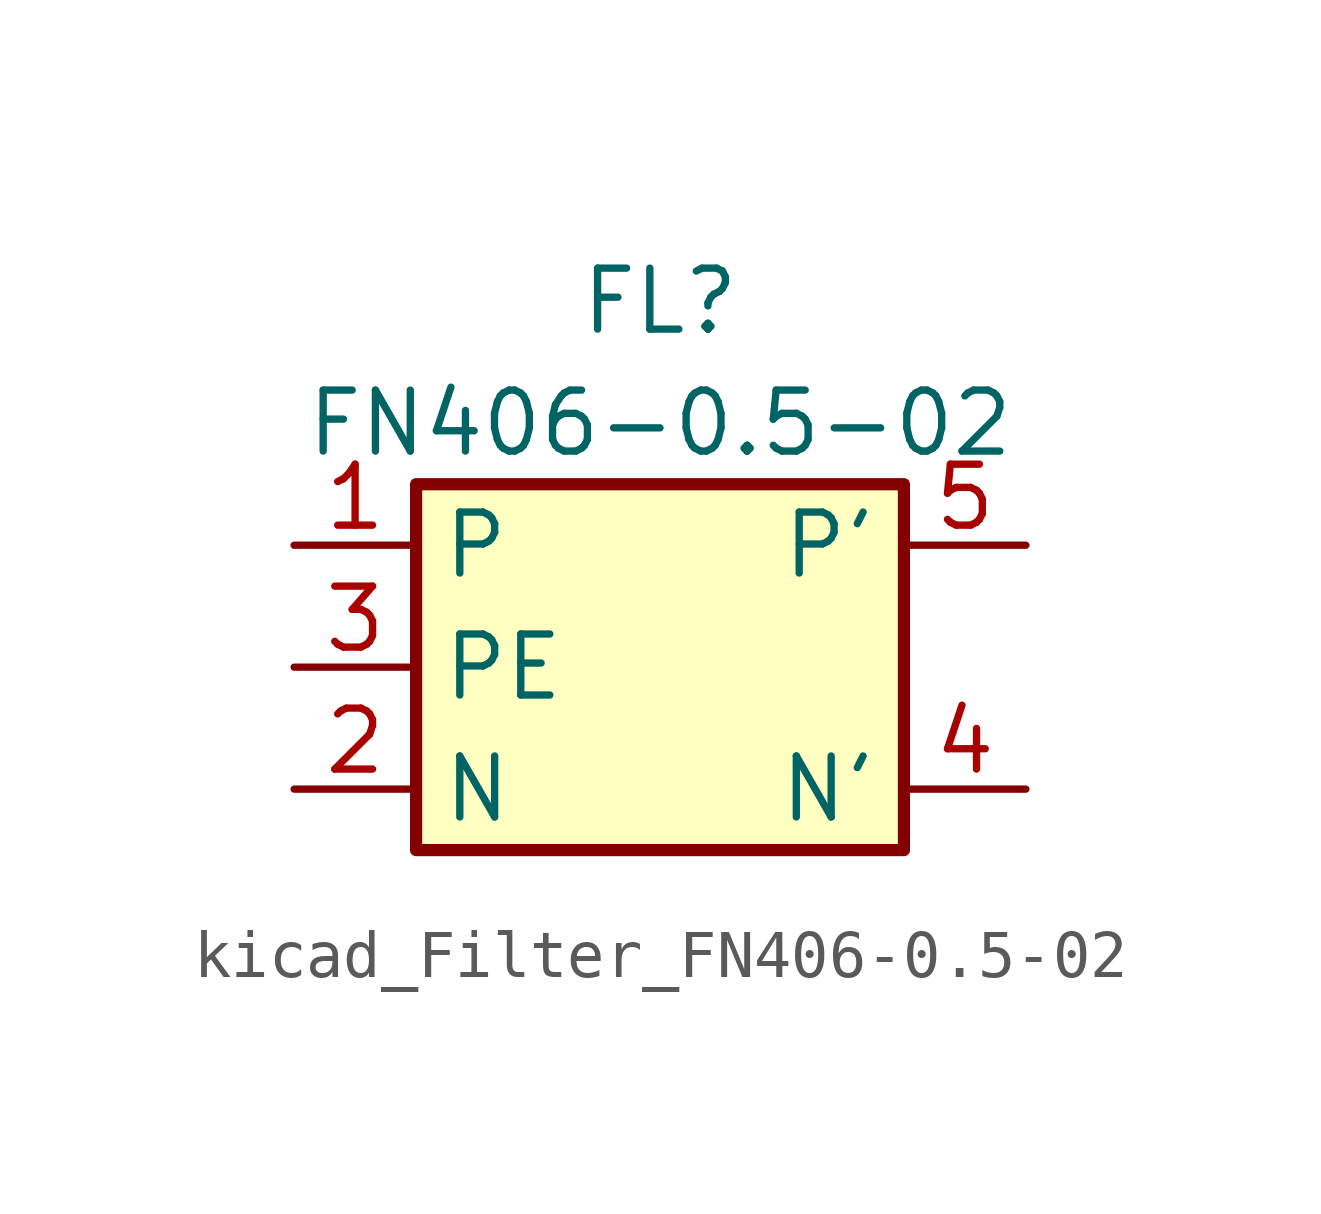
<source format=kicad_sym>
(kicad_symbol_lib
  (version 20220914)
  (generator kicad_symbol_editor)
  (symbol "kicad_Filter_FN406-0.5-02"
    (property "Reference" "FL"
      (at 0 7.62 0)
      (effects (font (size 1.27 1.27))))
    (property "Value" "FN406-0.5-02"
      (at 0 5.08 0)
      (effects (font (size 1.27 1.27))))
    (symbol "kicad_Filter_FN406-0.5-02_0_1"
      (rectangle (start -5.08 3.81) (end 5.08 -3.81) (stroke (width 0.254) (type default)) (fill (type background))))
    (symbol "kicad_Filter_FN406-0.5-02_1_1"
      (pin passive line (at -7.62 2.54 0) (length 2.54) (name "P" (effects (font (size 1.27 1.27)))) (number "1" (effects (font (size 1.27 1.27)))))
      (pin passive line (at -7.62 -2.54 0) (length 2.54) (name "N" (effects (font (size 1.27 1.27)))) (number "2" (effects (font (size 1.27 1.27)))))
      (pin passive line (at -7.62 0 0) (length 2.54) (name "PE" (effects (font (size 1.27 1.27)))) (number "3" (effects (font (size 1.27 1.27)))))
      (pin passive line (at 7.62 -2.54 180) (length 2.54) (name "N'" (effects (font (size 1.27 1.27)))) (number "4" (effects (font (size 1.27 1.27)))))
      (pin passive line (at 7.62 2.54 180) (length 2.54) (name "P'" (effects (font (size 1.27 1.27)))) (number "5" (effects (font (size 1.27 1.27))))))))
</source>
